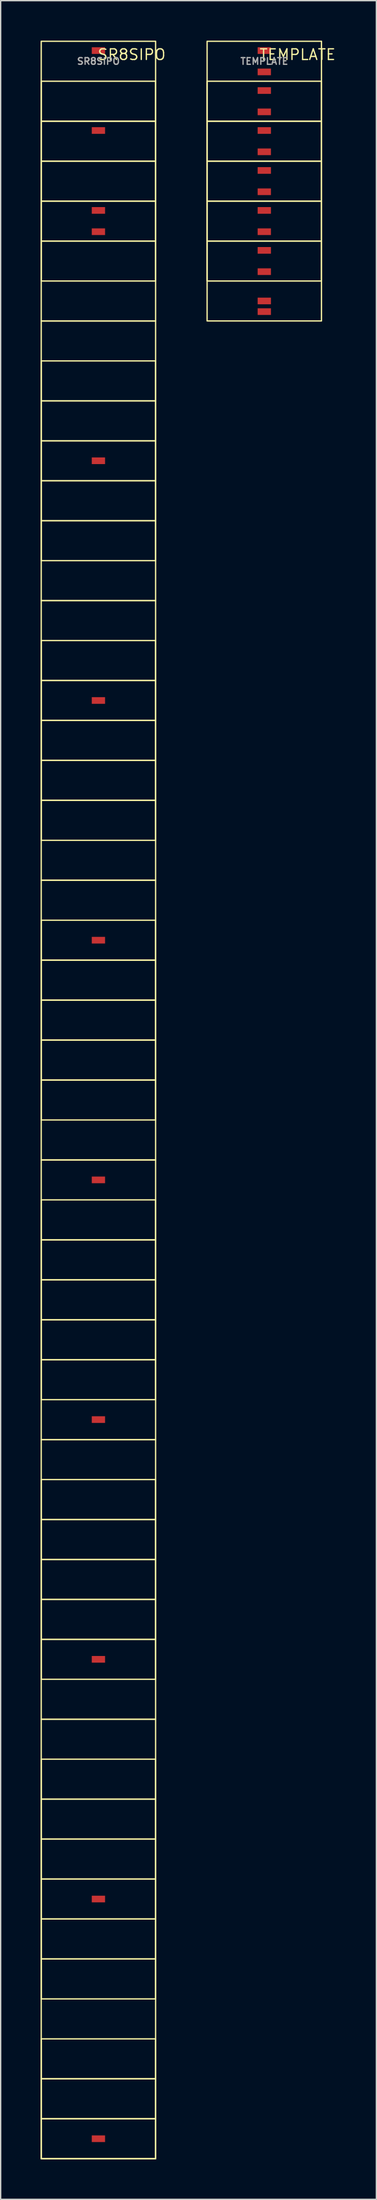
<source format=kicad_pcb>
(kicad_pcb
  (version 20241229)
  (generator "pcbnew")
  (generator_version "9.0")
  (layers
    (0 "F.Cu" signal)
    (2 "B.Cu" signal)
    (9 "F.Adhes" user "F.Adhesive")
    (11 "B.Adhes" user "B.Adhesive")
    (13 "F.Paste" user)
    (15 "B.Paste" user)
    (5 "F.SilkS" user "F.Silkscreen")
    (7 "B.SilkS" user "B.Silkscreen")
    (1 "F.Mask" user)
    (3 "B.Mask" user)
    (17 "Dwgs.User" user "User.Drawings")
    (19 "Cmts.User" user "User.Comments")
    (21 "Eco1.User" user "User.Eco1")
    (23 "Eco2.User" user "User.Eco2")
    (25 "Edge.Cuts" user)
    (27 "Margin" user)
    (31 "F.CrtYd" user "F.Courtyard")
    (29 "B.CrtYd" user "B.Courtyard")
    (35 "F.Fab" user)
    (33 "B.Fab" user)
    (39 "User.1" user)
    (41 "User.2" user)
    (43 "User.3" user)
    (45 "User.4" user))
  (footprint "TEMPLATE"
    (layer "F.Cu")
    (at 16.822 1.55)
    (property "Reference" "TEMPLATE" (at 2.5 -0.5 0) (unlocked yes) (layer "F.SilkS") (effects (font (size 0.8 0.8) (thickness 0.1))))
    (attr smd)
    (fp_rect (start -4.3 -1.5) (end 4.3 19.5) (stroke (width 0.1) (type default)) (fill no) (layer "F.SilkS"))
    (fp_rect (start -4.3 1.5) (end 4.3 4.5) (stroke (width 0.1) (type default)) (fill no) (layer "F.SilkS"))
    (fp_rect (start -4.3 4.5) (end 4.3 7.5) (stroke (width 0.1) (type default)) (fill no) (layer "F.SilkS"))
    (fp_rect (start -4.3 7.5) (end 4.3 10.5) (stroke (width 0.1) (type default)) (fill no) (layer "F.SilkS"))
    (fp_rect (start -4.3 10.5) (end 4.3 13.5) (stroke (width 0.1) (type default)) (fill no) (layer "F.SilkS"))
    (fp_rect (start -4.3 13.5) (end 4.3 16.5) (stroke (width 0.1) (type default)) (fill no) (layer "F.SilkS"))
    (fp_text user "${REFERENCE}" (at 0 0 0) (unlocked yes) (layer "F.Fab") (effects (font (size 0.5 0.5) (thickness 0.1) (bold yes))))
    (pad "1" smd rect (at 0 -0.8) (size 1 0.5) (layers "F.Cu" "F.Mask" "F.Paste"))
    (pad "2" smd rect (at 0 0.8) (size 1 0.5) (layers "F.Cu" "F.Mask" "F.Paste"))
    (pad "3" smd rect (at 0 2.2) (size 1 0.5) (layers "F.Cu" "F.Mask" "F.Paste"))
    (pad "3" smd rect (at 0 5.2) (size 1 0.5) (layers "F.Cu" "F.Mask" "F.Paste"))
    (pad "3" smd rect (at 0 8.2) (size 1 0.5) (layers "F.Cu" "F.Mask" "F.Paste"))
    (pad "3" smd rect (at 0 11.2) (size 1 0.5) (layers "F.Cu" "F.Mask" "F.Paste"))
    (pad "3" smd rect (at 0 14.2) (size 1 0.5) (layers "F.Cu" "F.Mask" "F.Paste"))
    (pad "4" smd rect (at 0 3.8) (size 1 0.5) (layers "F.Cu" "F.Mask" "F.Paste"))
    (pad "4" smd rect (at 0 6.8) (size 1 0.5) (layers "F.Cu" "F.Mask" "F.Paste"))
    (pad "4" smd rect (at 0 9.8) (size 1 0.5) (layers "F.Cu" "F.Mask" "F.Paste"))
    (pad "4" smd rect (at 0 12.8) (size 1 0.5) (layers "F.Cu" "F.Mask" "F.Paste"))
    (pad "4" smd rect (at 0 15.8) (size 1 0.5) (layers "F.Cu" "F.Mask" "F.Paste"))
    (pad "4" smd rect (at 0 18) (size 1 0.5) (layers "F.Cu" "F.Mask" "F.Paste"))
    (pad "5" smd rect (at 0 18.8) (size 1 0.5) (layers "F.Cu" "F.Mask" "F.Paste")))
  (footprint "SR8SIPO"
    (layer "F.Cu")
    (at 4.35 1.55)
    (property "Reference" "SR8SIPO" (at 2.5 -0.5 0) (unlocked yes) (layer "F.SilkS") (effects (font (size 0.8 0.8) (thickness 0.1))))
    (attr smd)
    (fp_rect (start -4.3 -1.5) (end 4.3 19.5) (stroke (width 0.1) (type default)) (fill no) (layer "F.SilkS"))
    (fp_rect (start -4.3 1.5) (end 4.3 4.5) (stroke (width 0.1) (type default)) (fill no) (layer "F.SilkS"))
    (fp_rect (start -4.3 4.5) (end 4.3 7.5) (stroke (width 0.1) (type default)) (fill no) (layer "F.SilkS"))
    (fp_rect (start -4.3 7.5) (end 4.3 10.5) (stroke (width 0.1) (type default)) (fill no) (layer "F.SilkS"))
    (fp_rect (start -4.3 10.5) (end 4.3 13.5) (stroke (width 0.1) (type default)) (fill no) (layer "F.SilkS"))
    (fp_rect (start -4.3 13.5) (end 4.3 16.5) (stroke (width 0.1) (type default)) (fill no) (layer "F.SilkS"))
    (fp_rect (start -4.3 19.5) (end 4.3 40.5) (stroke (width 0.1) (type default)) (fill no) (layer "F.SilkS"))
    (fp_rect (start -4.3 22.5) (end 4.3 25.5) (stroke (width 0.1) (type default)) (fill no) (layer "F.SilkS"))
    (fp_rect (start -4.3 25.5) (end 4.3 28.5) (stroke (width 0.1) (type default)) (fill no) (layer "F.SilkS"))
    (fp_rect (start -4.3 28.5) (end 4.3 31.5) (stroke (width 0.1) (type default)) (fill no) (layer "F.SilkS"))
    (fp_rect (start -4.3 31.5) (end 4.3 34.5) (stroke (width 0.1) (type default)) (fill no) (layer "F.SilkS"))
    (fp_rect (start -4.3 34.5) (end 4.3 37.5) (stroke (width 0.1) (type default)) (fill no) (layer "F.SilkS"))
    (fp_rect (start -4.3 40.5) (end 4.3 61.5) (stroke (width 0.1) (type default)) (fill no) (layer "F.SilkS"))
    (fp_rect (start -4.3 43.5) (end 4.3 46.5) (stroke (width 0.1) (type default)) (fill no) (layer "F.SilkS"))
    (fp_rect (start -4.3 46.5) (end 4.3 49.5) (stroke (width 0.1) (type default)) (fill no) (layer "F.SilkS"))
    (fp_rect (start -4.3 49.5) (end 4.3 52.5) (stroke (width 0.1) (type default)) (fill no) (layer "F.SilkS"))
    (fp_rect (start -4.3 52.5) (end 4.3 55.5) (stroke (width 0.1) (type default)) (fill no) (layer "F.SilkS"))
    (fp_rect (start -4.3 55.5) (end 4.3 58.5) (stroke (width 0.1) (type default)) (fill no) (layer "F.SilkS"))
    (fp_rect (start -4.3 61.5) (end 4.3 82.5) (stroke (width 0.1) (type default)) (fill no) (layer "F.SilkS"))
    (fp_rect (start -4.3 64.5) (end 4.3 67.5) (stroke (width 0.1) (type default)) (fill no) (layer "F.SilkS"))
    (fp_rect (start -4.3 67.5) (end 4.3 70.5) (stroke (width 0.1) (type default)) (fill no) (layer "F.SilkS"))
    (fp_rect (start -4.3 70.5) (end 4.3 73.5) (stroke (width 0.1) (type default)) (fill no) (layer "F.SilkS"))
    (fp_rect (start -4.3 73.5) (end 4.3 76.5) (stroke (width 0.1) (type default)) (fill no) (layer "F.SilkS"))
    (fp_rect (start -4.3 76.5) (end 4.3 79.5) (stroke (width 0.1) (type default)) (fill no) (layer "F.SilkS"))
    (fp_rect (start -4.3 82.5) (end 4.3 103.5) (stroke (width 0.1) (type default)) (fill no) (layer "F.SilkS"))
    (fp_rect (start -4.3 85.5) (end 4.3 88.5) (stroke (width 0.1) (type default)) (fill no) (layer "F.SilkS"))
    (fp_rect (start -4.3 88.5) (end 4.3 91.5) (stroke (width 0.1) (type default)) (fill no) (layer "F.SilkS"))
    (fp_rect (start -4.3 91.5) (end 4.3 94.5) (stroke (width 0.1) (type default)) (fill no) (layer "F.SilkS"))
    (fp_rect (start -4.3 94.5) (end 4.3 97.5) (stroke (width 0.1) (type default)) (fill no) (layer "F.SilkS"))
    (fp_rect (start -4.3 97.5) (end 4.3 100.5) (stroke (width 0.1) (type default)) (fill no) (layer "F.SilkS"))
    (fp_rect (start -4.3 103.5) (end 4.3 124.5) (stroke (width 0.1) (type default)) (fill no) (layer "F.SilkS"))
    (fp_rect (start -4.3 106.5) (end 4.3 109.5) (stroke (width 0.1) (type default)) (fill no) (layer "F.SilkS"))
    (fp_rect (start -4.3 109.5) (end 4.3 112.5) (stroke (width 0.1) (type default)) (fill no) (layer "F.SilkS"))
    (fp_rect (start -4.3 112.5) (end 4.3 115.5) (stroke (width 0.1) (type default)) (fill no) (layer "F.SilkS"))
    (fp_rect (start -4.3 115.5) (end 4.3 118.5) (stroke (width 0.1) (type default)) (fill no) (layer "F.SilkS"))
    (fp_rect (start -4.3 118.5) (end 4.3 121.5) (stroke (width 0.1) (type default)) (fill no) (layer "F.SilkS"))
    (fp_rect (start -4.3 124.5) (end 4.3 157.5) (stroke (width 0.1) (type default)) (fill no) (layer "F.SilkS"))
    (fp_rect (start -4.3 127.5) (end 4.3 130.5) (stroke (width 0.1) (type default)) (fill no) (layer "F.SilkS"))
    (fp_rect (start -4.3 130.5) (end 4.3 133.5) (stroke (width 0.1) (type default)) (fill no) (layer "F.SilkS"))
    (fp_rect (start -4.3 133.5) (end 4.3 136.5) (stroke (width 0.1) (type default)) (fill no) (layer "F.SilkS"))
    (fp_rect (start -4.3 136.5) (end 4.3 139.5) (stroke (width 0.1) (type default)) (fill no) (layer "F.SilkS"))
    (fp_rect (start -4.3 139.5) (end 4.3 142.5) (stroke (width 0.1) (type default)) (fill no) (layer "F.SilkS"))
    (fp_rect (start -4.3 142.5) (end 4.3 145.5) (stroke (width 0.1) (type default)) (fill no) (layer "F.SilkS"))
    (fp_rect (start -4.3 148.5) (end 4.3 151.5) (stroke (width 0.1) (type default)) (fill no) (layer "F.SilkS"))
    (fp_rect (start -4.3 151.5) (end 4.3 154.5) (stroke (width 0.1) (type default)) (fill no) (layer "F.SilkS"))
    (fp_rect (start -4.3 154.5) (end 4.3 157.5) (stroke (width 0.1) (type default)) (fill no) (layer "F.SilkS"))
    (fp_text user "${REFERENCE}" (at 0 0 0) (unlocked yes) (layer "F.Fab") (effects (font (size 0.5 0.5) (thickness 0.1) (bold yes))))
    (pad "1" smd rect (at 0 -0.8) (size 1 0.5) (layers "F.Cu" "F.Mask" "F.Paste"))
    (pad "2" smd rect (at 0 5.2) (size 1 0.5) (layers "F.Cu" "F.Mask" "F.Paste"))
    (pad "3" smd rect (at 0 11.2) (size 1 0.5) (layers "F.Cu" "F.Mask" "F.Paste"))
    (pad "4" smd rect (at 0 12.8) (size 1 0.5) (layers "F.Cu" "F.Mask" "F.Paste"))
    (pad "5" smd rect (at 0 30) (size 1 0.5) (layers "F.Cu" "F.Mask" "F.Paste"))
    (pad "6" smd rect (at 0 48) (size 1 0.5) (layers "F.Cu" "F.Mask" "F.Paste"))
    (pad "7" smd rect (at 0 66) (size 1 0.5) (layers "F.Cu" "F.Mask" "F.Paste"))
    (pad "8" smd rect (at 0 84) (size 1 0.5) (layers "F.Cu" "F.Mask" "F.Paste"))
    (pad "9" smd rect (at 0 102) (size 1 0.5) (layers "F.Cu" "F.Mask" "F.Paste"))
    (pad "10" smd rect (at 0 120) (size 1 0.5) (layers "F.Cu" "F.Mask" "F.Paste"))
    (pad "11" smd rect (at 0 138) (size 1 0.5) (layers "F.Cu" "F.Mask" "F.Paste"))
    (pad "12" smd rect (at 0 156) (size 1 0.5) (layers "F.Cu" "F.Mask" "F.Paste")))
  (gr_rect
    (start -3 -3)
    (end 25.25 162.1)
    (stroke (width 0.1) (type default))
    (fill no)
    (layer "Edge.Cuts")))
</source>
